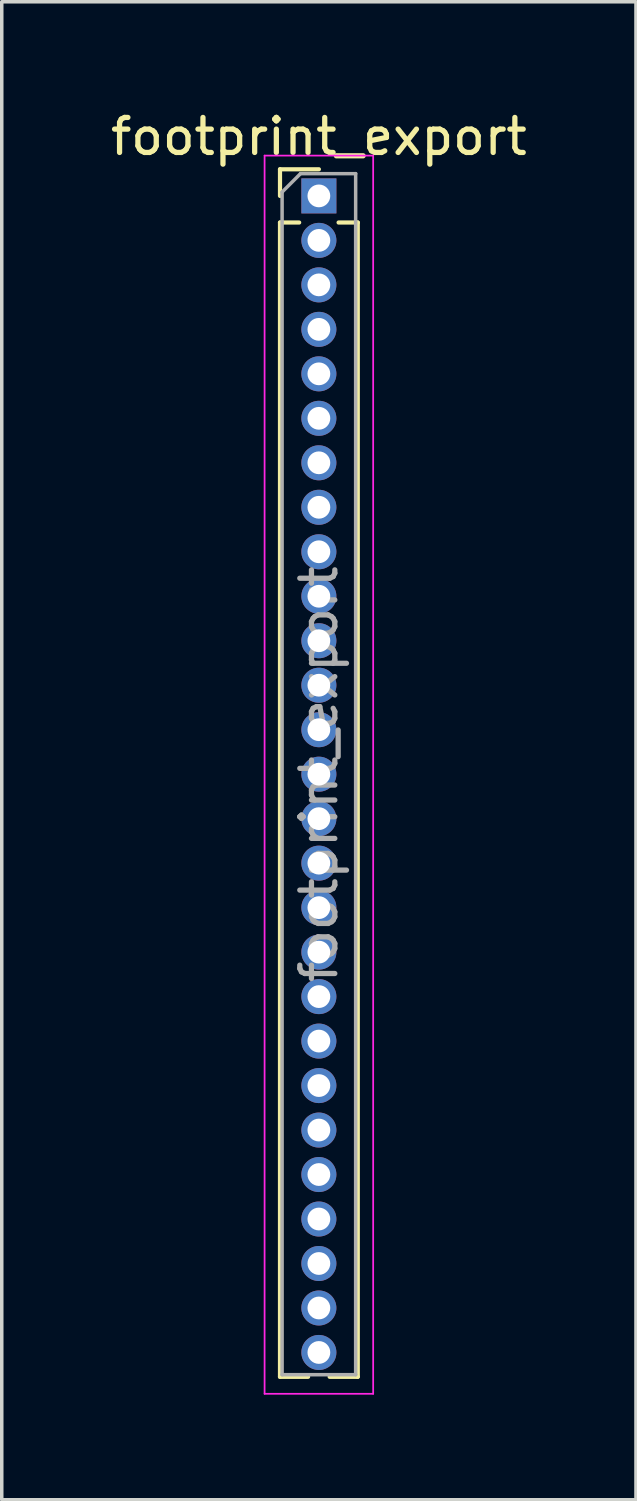
<source format=kicad_pcb>
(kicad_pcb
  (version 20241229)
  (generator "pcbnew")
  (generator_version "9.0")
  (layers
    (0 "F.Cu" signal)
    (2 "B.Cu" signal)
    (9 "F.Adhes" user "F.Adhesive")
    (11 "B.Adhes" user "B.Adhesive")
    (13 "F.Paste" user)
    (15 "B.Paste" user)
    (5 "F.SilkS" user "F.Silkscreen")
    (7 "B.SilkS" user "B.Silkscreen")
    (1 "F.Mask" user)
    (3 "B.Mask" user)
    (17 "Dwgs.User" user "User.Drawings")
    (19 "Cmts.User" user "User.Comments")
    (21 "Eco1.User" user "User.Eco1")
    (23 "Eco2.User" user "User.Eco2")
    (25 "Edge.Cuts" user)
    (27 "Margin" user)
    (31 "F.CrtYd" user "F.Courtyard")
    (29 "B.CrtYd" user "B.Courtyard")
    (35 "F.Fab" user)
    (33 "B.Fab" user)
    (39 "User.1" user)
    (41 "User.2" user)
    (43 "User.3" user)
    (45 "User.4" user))
  (footprint "footprint_export"
    (layer "F.Cu")
    (at 6.054 2.543)
    (property "Reference" "footprint_export" (at 0 -1.695 0) (layer "F.SilkS") (effects (font (size 1 1) (thickness 0.15))))
    (attr through_hole)
    (fp_line (start -1.11 -0.76) (end 0 -0.76) (stroke (width 0.12) (type solid)) (layer "F.SilkS"))
    (fp_line (start -1.11 0) (end -1.11 -0.76) (stroke (width 0.12) (type solid)) (layer "F.SilkS"))
    (fp_line (start -1.11 0.76) (end -1.11 33.715) (stroke (width 0.12) (type solid)) (layer "F.SilkS"))
    (fp_line (start -1.11 0.76) (end -0.563 0.76) (stroke (width 0.12) (type solid)) (layer "F.SilkS"))
    (fp_line (start -1.11 33.715) (end -0.308 33.715) (stroke (width 0.12) (type solid)) (layer "F.SilkS"))
    (fp_line (start 0.308 33.715) (end 1.11 33.715) (stroke (width 0.12) (type solid)) (layer "F.SilkS"))
    (fp_line (start 0.563 0.76) (end 1.11 0.76) (stroke (width 0.12) (type solid)) (layer "F.SilkS"))
    (fp_line (start 1.11 0.76) (end 1.11 33.715) (stroke (width 0.12) (type solid)) (layer "F.SilkS"))
    (fp_line (start -1.55 -1.15) (end -1.55 34.2) (stroke (width 0.05) (type solid)) (layer "F.CrtYd"))
    (fp_line (start -1.55 34.2) (end 1.55 34.2) (stroke (width 0.05) (type solid)) (layer "F.CrtYd"))
    (fp_line (start 1.55 -1.15) (end -1.55 -1.15) (stroke (width 0.05) (type solid)) (layer "F.CrtYd"))
    (fp_line (start 1.55 34.2) (end 1.55 -1.15) (stroke (width 0.05) (type solid)) (layer "F.CrtYd"))
    (fp_line (start -1.05 -0.11) (end -0.525 -0.635) (stroke (width 0.1) (type solid)) (layer "F.Fab"))
    (fp_line (start -1.05 33.655) (end -1.05 -0.11) (stroke (width 0.1) (type solid)) (layer "F.Fab"))
    (fp_line (start -0.525 -0.635) (end 1.05 -0.635) (stroke (width 0.1) (type solid)) (layer "F.Fab"))
    (fp_line (start 1.05 -0.635) (end 1.05 33.655) (stroke (width 0.1) (type solid)) (layer "F.Fab"))
    (fp_line (start 1.05 33.655) (end -1.05 33.655) (stroke (width 0.1) (type solid)) (layer "F.Fab"))
    (fp_text user "${REFERENCE}" (at 0 16.51 90) (layer "F.Fab") (effects (font (size 1 1) (thickness 0.15))))
    (pad "1" thru_hole rect (at 0 0) (size 1 1) (drill 0.65) (layers "*.Cu" "*.Mask"))
    (pad "2" thru_hole oval (at 0 1.27) (size 1 1) (drill 0.65) (layers "*.Cu" "*.Mask"))
    (pad "3" thru_hole oval (at 0 2.54) (size 1 1) (drill 0.65) (layers "*.Cu" "*.Mask"))
    (pad "4" thru_hole oval (at 0 3.81) (size 1 1) (drill 0.65) (layers "*.Cu" "*.Mask"))
    (pad "5" thru_hole oval (at 0 5.08) (size 1 1) (drill 0.65) (layers "*.Cu" "*.Mask"))
    (pad "6" thru_hole oval (at 0 6.35) (size 1 1) (drill 0.65) (layers "*.Cu" "*.Mask"))
    (pad "7" thru_hole oval (at 0 7.62) (size 1 1) (drill 0.65) (layers "*.Cu" "*.Mask"))
    (pad "8" thru_hole oval (at 0 8.89) (size 1 1) (drill 0.65) (layers "*.Cu" "*.Mask"))
    (pad "9" thru_hole oval (at 0 10.16) (size 1 1) (drill 0.65) (layers "*.Cu" "*.Mask"))
    (pad "10" thru_hole oval (at 0 11.43) (size 1 1) (drill 0.65) (layers "*.Cu" "*.Mask"))
    (pad "11" thru_hole oval (at 0 12.7) (size 1 1) (drill 0.65) (layers "*.Cu" "*.Mask"))
    (pad "12" thru_hole oval (at 0 13.97) (size 1 1) (drill 0.65) (layers "*.Cu" "*.Mask"))
    (pad "13" thru_hole oval (at 0 15.24) (size 1 1) (drill 0.65) (layers "*.Cu" "*.Mask"))
    (pad "14" thru_hole oval (at 0 16.51) (size 1 1) (drill 0.65) (layers "*.Cu" "*.Mask"))
    (pad "15" thru_hole oval (at 0 17.78) (size 1 1) (drill 0.65) (layers "*.Cu" "*.Mask"))
    (pad "16" thru_hole oval (at 0 19.05) (size 1 1) (drill 0.65) (layers "*.Cu" "*.Mask"))
    (pad "17" thru_hole oval (at 0 20.32) (size 1 1) (drill 0.65) (layers "*.Cu" "*.Mask"))
    (pad "18" thru_hole oval (at 0 21.59) (size 1 1) (drill 0.65) (layers "*.Cu" "*.Mask"))
    (pad "19" thru_hole oval (at 0 22.86) (size 1 1) (drill 0.65) (layers "*.Cu" "*.Mask"))
    (pad "20" thru_hole oval (at 0 24.13) (size 1 1) (drill 0.65) (layers "*.Cu" "*.Mask"))
    (pad "21" thru_hole oval (at 0 25.4) (size 1 1) (drill 0.65) (layers "*.Cu" "*.Mask"))
    (pad "22" thru_hole oval (at 0 26.67) (size 1 1) (drill 0.65) (layers "*.Cu" "*.Mask"))
    (pad "23" thru_hole oval (at 0 27.94) (size 1 1) (drill 0.65) (layers "*.Cu" "*.Mask"))
    (pad "24" thru_hole oval (at 0 29.21) (size 1 1) (drill 0.65) (layers "*.Cu" "*.Mask"))
    (pad "25" thru_hole oval (at 0 30.48) (size 1 1) (drill 0.65) (layers "*.Cu" "*.Mask"))
    (pad "26" thru_hole oval (at 0 31.75) (size 1 1) (drill 0.65) (layers "*.Cu" "*.Mask"))
    (pad "27" thru_hole oval (at 0 33.02) (size 1 1) (drill 0.65) (layers "*.Cu" "*.Mask")))
  (gr_rect
    (start -3 -3)
    (end 15.107 39.768)
    (stroke (width 0.1) (type default))
    (fill no)
    (layer "Edge.Cuts")))
</source>
